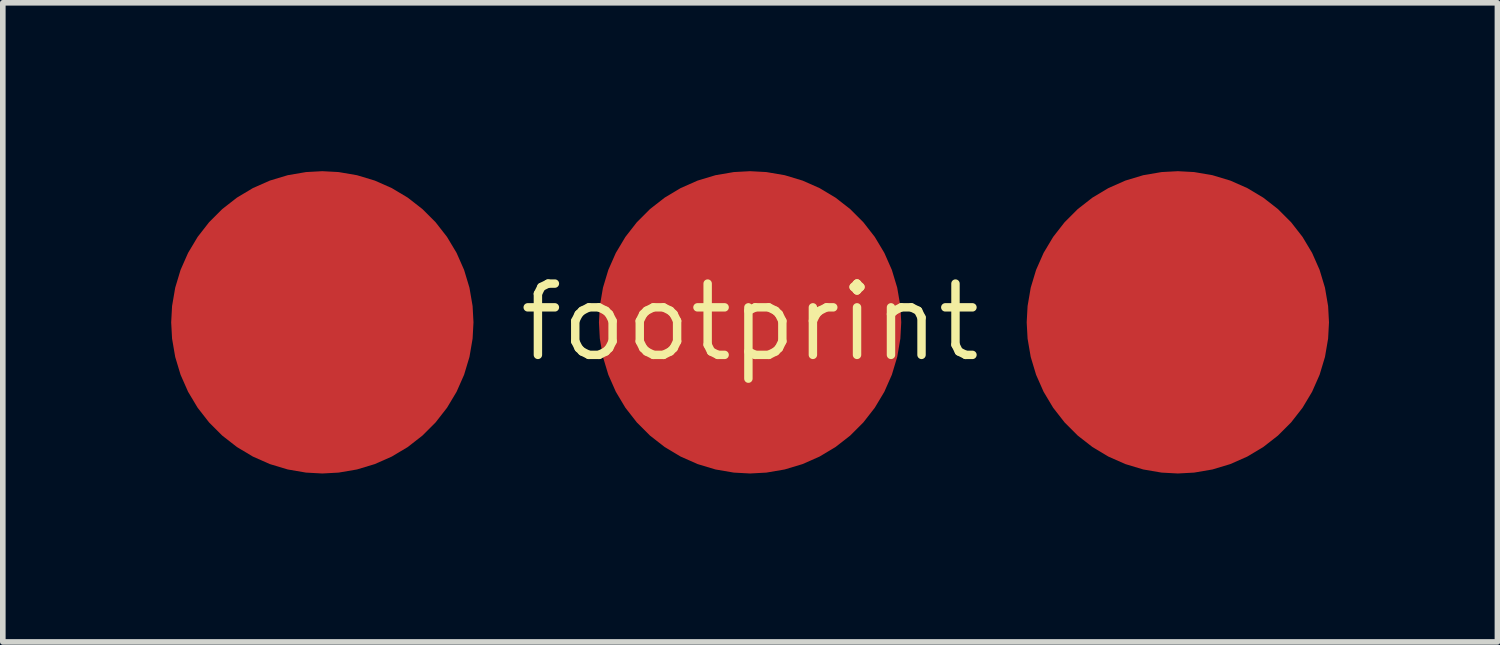
<source format=kicad_pcb>
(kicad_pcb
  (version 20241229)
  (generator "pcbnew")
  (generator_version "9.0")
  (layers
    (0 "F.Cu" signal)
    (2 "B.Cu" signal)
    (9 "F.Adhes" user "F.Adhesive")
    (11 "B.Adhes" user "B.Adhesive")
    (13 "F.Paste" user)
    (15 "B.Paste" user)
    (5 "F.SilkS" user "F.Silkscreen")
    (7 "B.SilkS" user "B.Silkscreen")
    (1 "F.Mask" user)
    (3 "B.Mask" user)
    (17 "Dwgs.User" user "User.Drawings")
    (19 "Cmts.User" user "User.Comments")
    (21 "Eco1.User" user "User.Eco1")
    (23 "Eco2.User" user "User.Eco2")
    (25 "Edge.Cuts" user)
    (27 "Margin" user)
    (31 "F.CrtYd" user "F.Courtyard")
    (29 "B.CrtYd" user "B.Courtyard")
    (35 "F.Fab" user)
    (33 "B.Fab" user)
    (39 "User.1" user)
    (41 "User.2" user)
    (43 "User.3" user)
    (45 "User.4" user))
  (footprint "footprint"
    (layer "F.Cu")
    (at 10.312 2.692)
    (property "Reference" "footprint" (at 0 0 0) (layer "F.SilkS") (effects (font (size 1.27 1.27) (thickness 0.15))))
    (pad "1" smd roundrect (at -7.62 0) (size 5.385 5.385) (layers "F.Cu" "F.Mask" "F.Paste") (roundrect_rratio 0.5))
    (pad "2" smd roundrect (at 0 0) (size 5.385 5.385) (layers "F.Cu" "F.Mask" "F.Paste") (roundrect_rratio 0.5))
    (pad "3" smd roundrect (at 7.62 0) (size 5.385 5.385) (layers "F.Cu" "F.Mask" "F.Paste") (roundrect_rratio 0.5)))
  (gr_rect
    (start -3 -3)
    (end 23.625 8.385)
    (stroke (width 0.1) (type default))
    (fill no)
    (layer "Edge.Cuts")))
</source>
